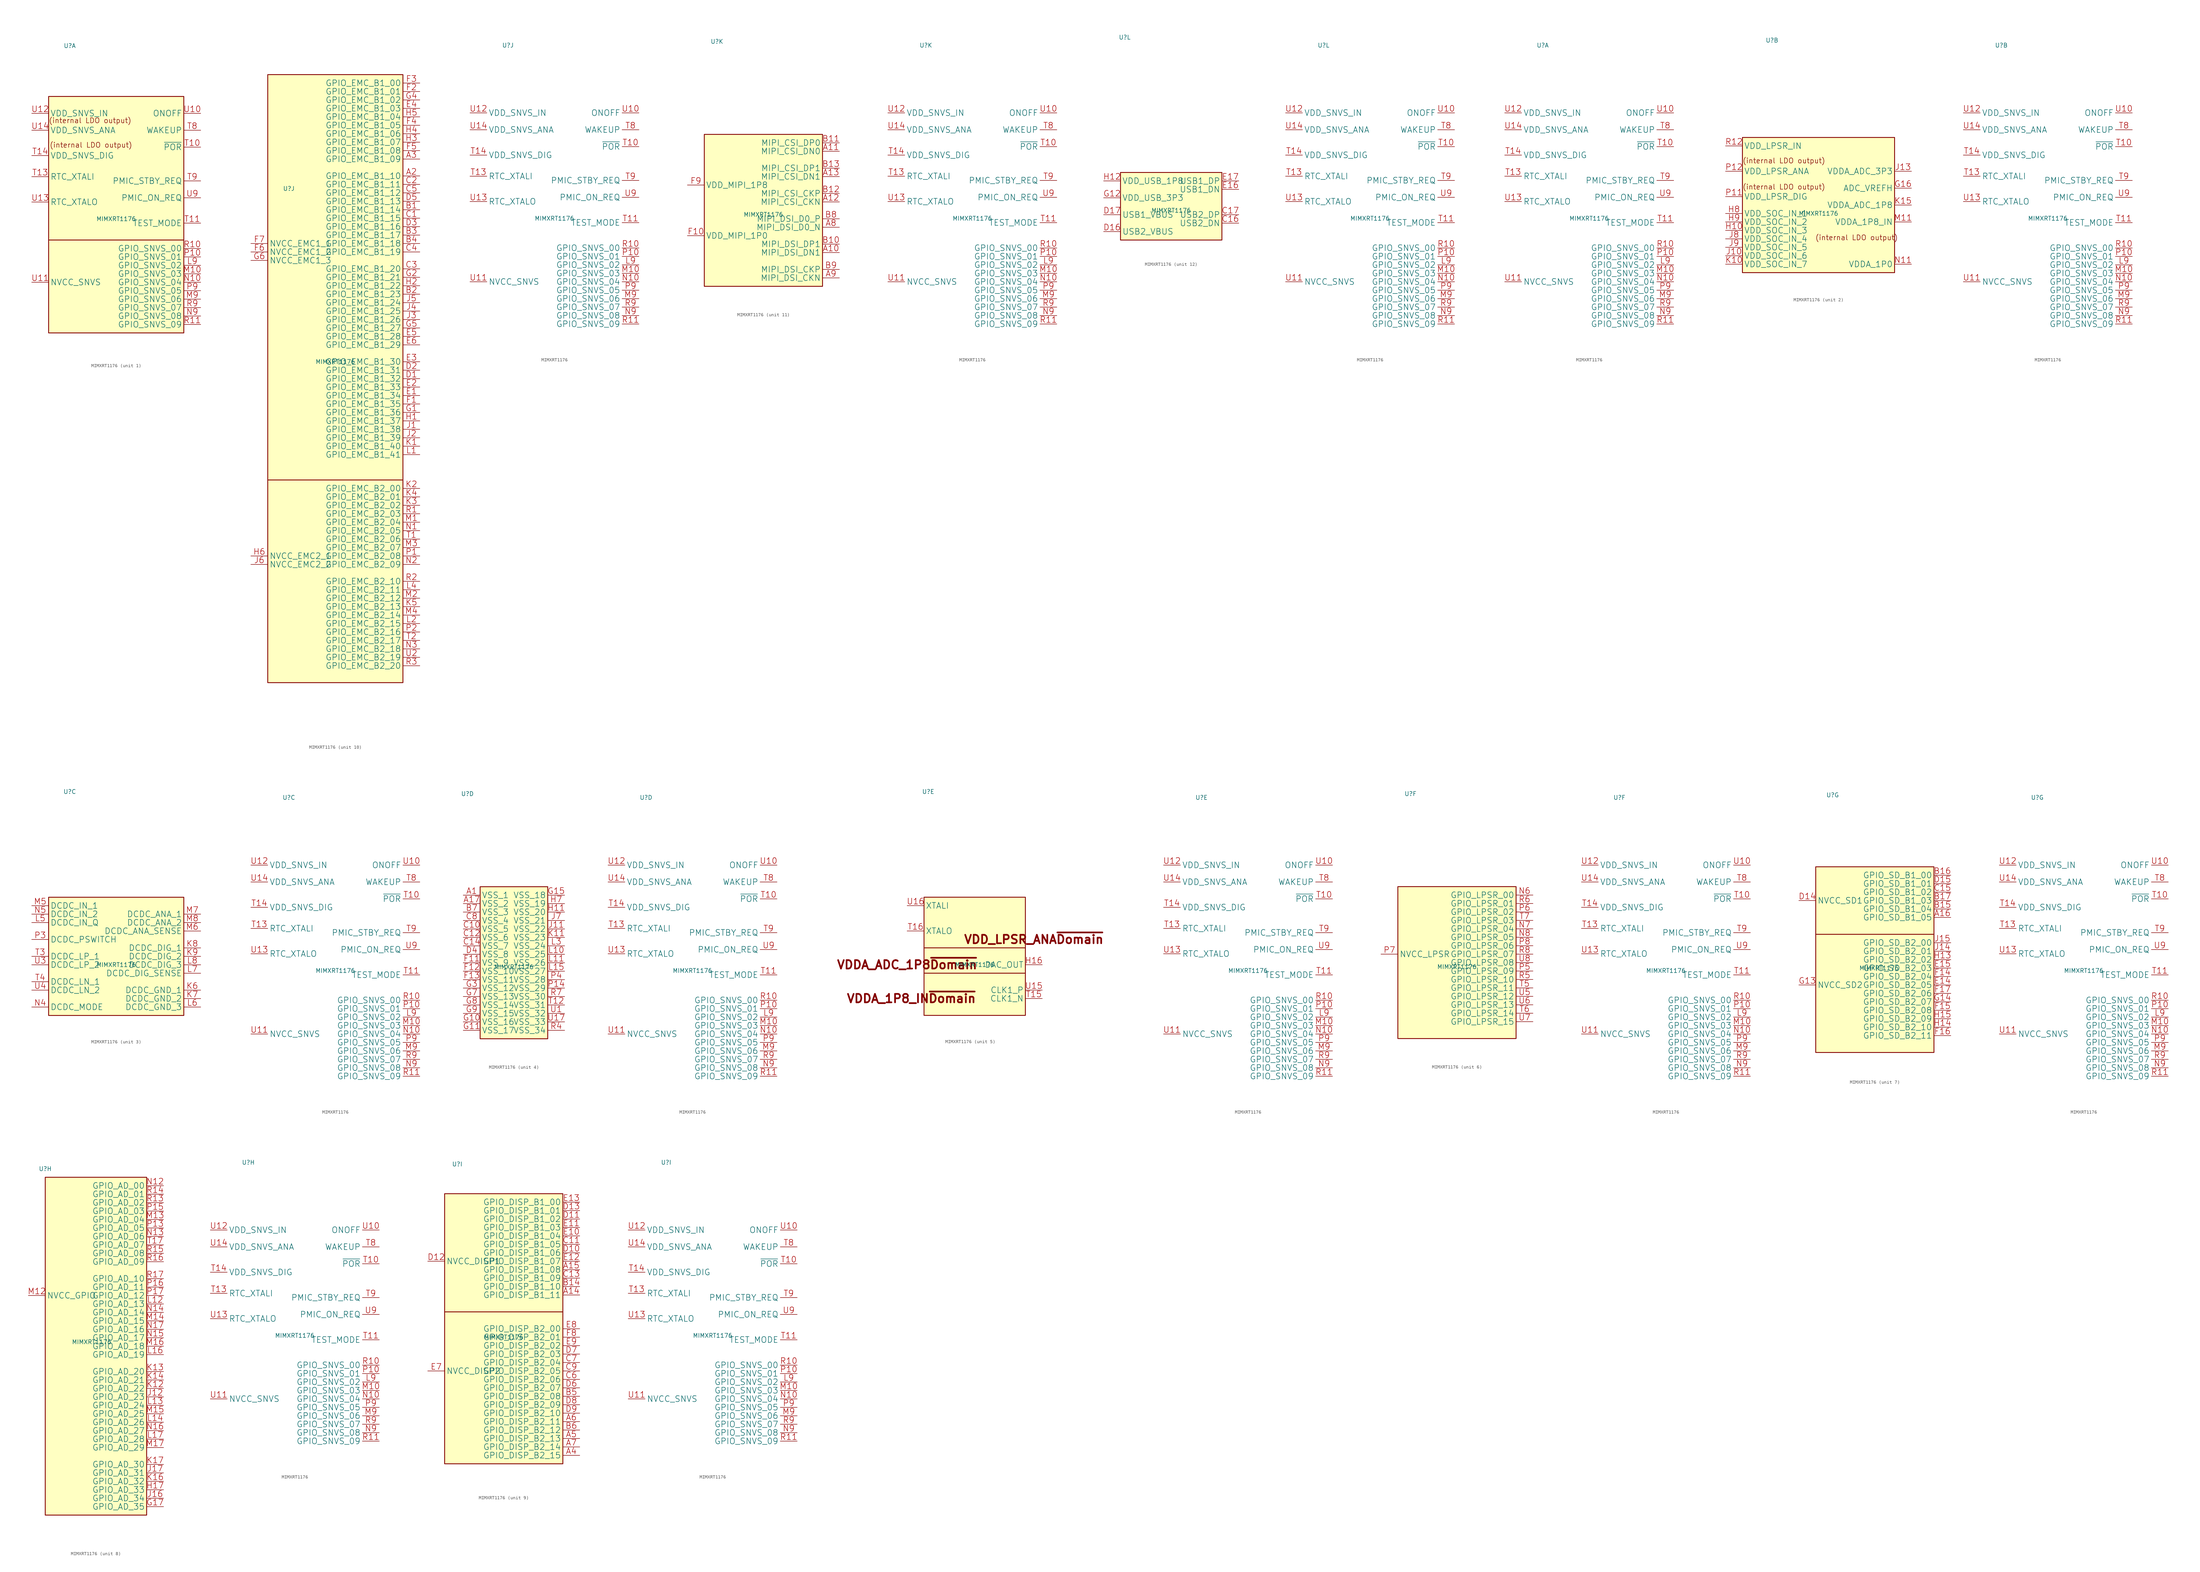
<source format=kicad_sym>
(kicad_symbol_lib
  (version 20231120)
  (generator "kicad_symbol_editor")
  (generator_version "8.0")
  (symbol "MIMXRT1176"
    (property "Reference" "U"
      (at -13.97 50.8 0)
      (effects (font (size 1.27 1.27))))
    (property "Value" "MIMXRT1176"
      (at 0 -1.27 0)
      (effects (font (size 1.27 1.27))))
    (property "ki_locked" ""
      (at 0 0 0)
      (effects (font (size 1.27 1.27))))
    (symbol "MIMXRT1176_0_2"
      (pin bidirectional line (at 25.4 -15.24 180) (length 5.08) (name "GPIO_SNVS_02" (effects (font (size 1.778 1.778)))) (number "L9" (effects (font (size 1.778 1.778)))))
      (pin bidirectional line (at 25.4 -17.78 180) (length 5.08) (name "GPIO_SNVS_03" (effects (font (size 1.778 1.778)))) (number "M10" (effects (font (size 1.778 1.778)))))
      (pin bidirectional line (at 25.4 -25.4 180) (length 5.08) (name "GPIO_SNVS_06" (effects (font (size 1.778 1.778)))) (number "M9" (effects (font (size 1.778 1.778)))))
      (pin bidirectional line (at 25.4 -20.32 180) (length 5.08) (name "GPIO_SNVS_04" (effects (font (size 1.778 1.778)))) (number "N10" (effects (font (size 1.778 1.778)))))
      (pin bidirectional line (at 25.4 -30.48 180) (length 5.08) (name "GPIO_SNVS_08" (effects (font (size 1.778 1.778)))) (number "N9" (effects (font (size 1.778 1.778)))))
      (pin bidirectional line (at 25.4 -12.7 180) (length 5.08) (name "GPIO_SNVS_01" (effects (font (size 1.778 1.778)))) (number "P10" (effects (font (size 1.778 1.778)))))
      (pin bidirectional line (at 25.4 -22.86 180) (length 5.08) (name "GPIO_SNVS_05" (effects (font (size 1.778 1.778)))) (number "P9" (effects (font (size 1.778 1.778)))))
      (pin bidirectional line (at 25.4 -10.16 180) (length 5.08) (name "GPIO_SNVS_00" (effects (font (size 1.778 1.778)))) (number "R10" (effects (font (size 1.778 1.778)))))
      (pin bidirectional line (at 25.4 -33.02 180) (length 5.08) (name "GPIO_SNVS_09" (effects (font (size 1.778 1.778)))) (number "R11" (effects (font (size 1.778 1.778)))))
      (pin bidirectional line (at 25.4 -27.94 180) (length 5.08) (name "GPIO_SNVS_07" (effects (font (size 1.778 1.778)))) (number "R9" (effects (font (size 1.778 1.778)))))
      (pin input line (at 25.4 20.32 180) (length 5.08) (name "~{POR}" (effects (font (size 1.778 1.778)))) (number "T10" (effects (font (size 1.778 1.778)))))
      (pin input line (at 25.4 -2.54 180) (length 5.08) (name "TEST_MODE" (effects (font (size 1.778 1.778)))) (number "T11" (effects (font (size 1.778 1.778)))))
      (pin input line (at -25.4 11.43 0) (length 5.08) (name "RTC_XTALI" (effects (font (size 1.778 1.778)))) (number "T13" (effects (font (size 1.778 1.778)))))
      (pin power_in line (at -25.4 17.78 0) (length 5.08) (name "VDD_SNVS_DIG" (effects (font (size 1.778 1.778)))) (number "T14" (effects (font (size 1.778 1.778)))))
      (pin passive line (at 25.4 25.4 180) (length 5.08) (name "WAKEUP" (effects (font (size 1.778 1.778)))) (number "T8" (effects (font (size 1.778 1.778)))))
      (pin passive line (at 25.4 10.16 180) (length 5.08) (name "PMIC_STBY_REQ" (effects (font (size 1.778 1.778)))) (number "T9" (effects (font (size 1.778 1.778)))))
      (pin input line (at 25.4 30.48 180) (length 5.08) (name "ONOFF" (effects (font (size 1.778 1.778)))) (number "U10" (effects (font (size 1.778 1.778)))))
      (pin passive line (at -25.4 -20.32 0) (length 5.08) (name "NVCC_SNVS" (effects (font (size 1.778 1.778)))) (number "U11" (effects (font (size 1.778 1.778)))))
      (pin power_in line (at -25.4 30.48 0) (length 5.08) (name "VDD_SNVS_IN" (effects (font (size 1.778 1.778)))) (number "U12" (effects (font (size 1.778 1.778)))))
      (pin output line (at -25.4 3.81 0) (length 5.08) (name "RTC_XTALO" (effects (font (size 1.778 1.778)))) (number "U13" (effects (font (size 1.778 1.778)))))
      (pin power_in line (at -25.4 25.4 0) (length 5.08) (name "VDD_SNVS_ANA" (effects (font (size 1.778 1.778)))) (number "U14" (effects (font (size 1.778 1.778)))))
      (pin passive line (at 25.4 5.08 180) (length 5.08) (name "PMIC_ON_REQ" (effects (font (size 1.778 1.778)))) (number "U9" (effects (font (size 1.778 1.778))))))
    (symbol "MIMXRT1176_1_1"
      (rectangle (start -20.32 35.56) (end 20.32 -35.56) (stroke (width 0.254) (type solid)) (fill (type background)))
      (polyline (pts (xy -20.32 -7.62) (xy 20.32 -7.62)) (stroke (width 0.254) (type solid)) (fill (type none)))
      (text "(internal LDO output)" (at -20.32 27.432 0) (effects (font (size 1.524 1.524)) (justify left bottom)))
      (text "(internal LDO output)" (at -20.066 20.066 0) (effects (font (size 1.524 1.524)) (justify left bottom)))
      (pin bidirectional line (at 25.4 -15.24 180) (length 5.08) (name "GPIO_SNVS_02" (effects (font (size 1.778 1.778)))) (number "L9" (effects (font (size 1.778 1.778)))))
      (pin bidirectional line (at 25.4 -17.78 180) (length 5.08) (name "GPIO_SNVS_03" (effects (font (size 1.778 1.778)))) (number "M10" (effects (font (size 1.778 1.778)))))
      (pin bidirectional line (at 25.4 -25.4 180) (length 5.08) (name "GPIO_SNVS_06" (effects (font (size 1.778 1.778)))) (number "M9" (effects (font (size 1.778 1.778)))))
      (pin bidirectional line (at 25.4 -20.32 180) (length 5.08) (name "GPIO_SNVS_04" (effects (font (size 1.778 1.778)))) (number "N10" (effects (font (size 1.778 1.778)))))
      (pin bidirectional line (at 25.4 -30.48 180) (length 5.08) (name "GPIO_SNVS_08" (effects (font (size 1.778 1.778)))) (number "N9" (effects (font (size 1.778 1.778)))))
      (pin bidirectional line (at 25.4 -12.7 180) (length 5.08) (name "GPIO_SNVS_01" (effects (font (size 1.778 1.778)))) (number "P10" (effects (font (size 1.778 1.778)))))
      (pin bidirectional line (at 25.4 -22.86 180) (length 5.08) (name "GPIO_SNVS_05" (effects (font (size 1.778 1.778)))) (number "P9" (effects (font (size 1.778 1.778)))))
      (pin bidirectional line (at 25.4 -10.16 180) (length 5.08) (name "GPIO_SNVS_00" (effects (font (size 1.778 1.778)))) (number "R10" (effects (font (size 1.778 1.778)))))
      (pin bidirectional line (at 25.4 -33.02 180) (length 5.08) (name "GPIO_SNVS_09" (effects (font (size 1.778 1.778)))) (number "R11" (effects (font (size 1.778 1.778)))))
      (pin bidirectional line (at 25.4 -27.94 180) (length 5.08) (name "GPIO_SNVS_07" (effects (font (size 1.778 1.778)))) (number "R9" (effects (font (size 1.778 1.778)))))
      (pin input line (at 25.4 20.32 180) (length 5.08) (name "~{POR}" (effects (font (size 1.778 1.778)))) (number "T10" (effects (font (size 1.778 1.778)))))
      (pin input line (at 25.4 -2.54 180) (length 5.08) (name "TEST_MODE" (effects (font (size 1.778 1.778)))) (number "T11" (effects (font (size 1.778 1.778)))))
      (pin input line (at -25.4 11.43 0) (length 5.08) (name "RTC_XTALI" (effects (font (size 1.778 1.778)))) (number "T13" (effects (font (size 1.778 1.778)))))
      (pin power_in line (at -25.4 17.78 0) (length 5.08) (name "VDD_SNVS_DIG" (effects (font (size 1.778 1.778)))) (number "T14" (effects (font (size 1.778 1.778)))))
      (pin passive line (at 25.4 25.4 180) (length 5.08) (name "WAKEUP" (effects (font (size 1.778 1.778)))) (number "T8" (effects (font (size 1.778 1.778)))))
      (pin passive line (at 25.4 10.16 180) (length 5.08) (name "PMIC_STBY_REQ" (effects (font (size 1.778 1.778)))) (number "T9" (effects (font (size 1.778 1.778)))))
      (pin input line (at 25.4 30.48 180) (length 5.08) (name "ONOFF" (effects (font (size 1.778 1.778)))) (number "U10" (effects (font (size 1.778 1.778)))))
      (pin passive line (at -25.4 -20.32 0) (length 5.08) (name "NVCC_SNVS" (effects (font (size 1.778 1.778)))) (number "U11" (effects (font (size 1.778 1.778)))))
      (pin power_in line (at -25.4 30.48 0) (length 5.08) (name "VDD_SNVS_IN" (effects (font (size 1.778 1.778)))) (number "U12" (effects (font (size 1.778 1.778)))))
      (pin output line (at -25.4 3.81 0) (length 5.08) (name "RTC_XTALO" (effects (font (size 1.778 1.778)))) (number "U13" (effects (font (size 1.778 1.778)))))
      (pin power_in line (at -25.4 25.4 0) (length 5.08) (name "VDD_SNVS_ANA" (effects (font (size 1.778 1.778)))) (number "U14" (effects (font (size 1.778 1.778)))))
      (pin passive line (at 25.4 5.08 180) (length 5.08) (name "PMIC_ON_REQ" (effects (font (size 1.778 1.778)))) (number "U9" (effects (font (size 1.778 1.778))))))
    (symbol "MIMXRT1176_2_1"
      (rectangle (start -22.86 21.59) (end 22.86 -19.05) (stroke (width 0.254) (type solid)) (fill (type background)))
      (text "(internal LDO output)" (at -22.86 5.842 0) (effects (font (size 1.524 1.524)) (justify left bottom)))
      (text "(internal LDO output)" (at -22.86 13.716 0) (effects (font (size 1.524 1.524)) (justify left bottom)))
      (text "(internal LDO output)" (at -1.016 -9.398 0) (effects (font (size 1.524 1.524)) (justify left bottom)))
      (pin passive line (at 27.94 6.35 180) (length 5.08) (name "ADC_VREFH" (effects (font (size 1.778 1.778)))) (number "G16" (effects (font (size 1.778 1.778)))))
      (pin passive line (at -27.94 -6.35 0) (length 5.08) (name "VDD_SOC_IN_3" (effects (font (size 1.778 1.778)))) (number "H10" (effects (font (size 1.778 1.778)))))
      (pin passive line (at -27.94 -1.27 0) (length 5.08) (name "VDD_SOC_IN_1" (effects (font (size 1.778 1.778)))) (number "H8" (effects (font (size 1.778 1.778)))))
      (pin passive line (at -27.94 -3.81 0) (length 5.08) (name "VDD_SOC_IN_2" (effects (font (size 1.778 1.778)))) (number "H9" (effects (font (size 1.778 1.778)))))
      (pin passive line (at -27.94 -13.97 0) (length 5.08) (name "VDD_SOC_IN_6" (effects (font (size 1.778 1.778)))) (number "J10" (effects (font (size 1.778 1.778)))))
      (pin power_in line (at 27.94 11.43 180) (length 5.08) (name "VDDA_ADC_3P3" (effects (font (size 1.778 1.778)))) (number "J13" (effects (font (size 1.778 1.778)))))
      (pin passive line (at -27.94 -8.89 0) (length 5.08) (name "VDD_SOC_IN_4" (effects (font (size 1.778 1.778)))) (number "J8" (effects (font (size 1.778 1.778)))))
      (pin passive line (at -27.94 -11.43 0) (length 5.08) (name "VDD_SOC_IN_5" (effects (font (size 1.778 1.778)))) (number "J9" (effects (font (size 1.778 1.778)))))
      (pin passive line (at -27.94 -16.51 0) (length 5.08) (name "VDD_SOC_IN_7" (effects (font (size 1.778 1.778)))) (number "K10" (effects (font (size 1.778 1.778)))))
      (pin power_in line (at 27.94 1.27 180) (length 5.08) (name "VDDA_ADC_1P8" (effects (font (size 1.778 1.778)))) (number "K15" (effects (font (size 1.778 1.778)))))
      (pin power_in line (at 27.94 -3.81 180) (length 5.08) (name "VDDA_1P8_IN" (effects (font (size 1.778 1.778)))) (number "M11" (effects (font (size 1.778 1.778)))))
      (pin power_in line (at 27.94 -16.51 180) (length 5.08) (name "VDDA_1P0" (effects (font (size 1.778 1.778)))) (number "N11" (effects (font (size 1.778 1.778)))))
      (pin power_in line (at -27.94 3.81 0) (length 5.08) (name "VDD_LPSR_DIG" (effects (font (size 1.778 1.778)))) (number "P11" (effects (font (size 1.778 1.778)))))
      (pin power_in line (at -27.94 11.43 0) (length 5.08) (name "VDD_LPSR_ANA" (effects (font (size 1.778 1.778)))) (number "P12" (effects (font (size 1.778 1.778)))))
      (pin power_in line (at -27.94 19.05 0) (length 5.08) (name "VDD_LPSR_IN" (effects (font (size 1.778 1.778)))) (number "R12" (effects (font (size 1.778 1.778))))))
    (symbol "MIMXRT1176_3_1"
      (rectangle (start -20.32 19.05) (end 20.32 -16.51) (stroke (width 0.254) (type solid)) (fill (type background)))
      (pin power_in line (at 25.4 -8.89 180) (length 5.08) (name "DCDC_GND_1" (effects (font (size 1.778 1.778)))) (number "K6" (effects (font (size 1.778 1.778)))))
      (pin power_in line (at 25.4 -11.43 180) (length 5.08) (name "DCDC_GND_2" (effects (font (size 1.778 1.778)))) (number "K7" (effects (font (size 1.778 1.778)))))
      (pin passive line (at 25.4 3.81 180) (length 5.08) (name "DCDC_DIG_1" (effects (font (size 1.778 1.778)))) (number "K8" (effects (font (size 1.778 1.778)))))
      (pin passive line (at 25.4 1.27 180) (length 5.08) (name "DCDC_DIG_2" (effects (font (size 1.778 1.778)))) (number "K9" (effects (font (size 1.778 1.778)))))
      (pin passive line (at -25.4 11.43 0) (length 5.08) (name "DCDC_IN_Q" (effects (font (size 1.778 1.778)))) (number "L5" (effects (font (size 1.778 1.778)))))
      (pin power_in line (at 25.4 -13.97 180) (length 5.08) (name "DCDC_GND_3" (effects (font (size 1.778 1.778)))) (number "L6" (effects (font (size 1.778 1.778)))))
      (pin passive line (at 25.4 -3.81 180) (length 5.08) (name "DCDC_DIG_SENSE" (effects (font (size 1.778 1.778)))) (number "L7" (effects (font (size 1.778 1.778)))))
      (pin passive line (at 25.4 -1.27 180) (length 5.08) (name "DCDC_DIG_3" (effects (font (size 1.778 1.778)))) (number "L8" (effects (font (size 1.778 1.778)))))
      (pin passive line (at -25.4 16.51 0) (length 5.08) (name "DCDC_IN_1" (effects (font (size 1.778 1.778)))) (number "M5" (effects (font (size 1.778 1.778)))))
      (pin passive line (at 25.4 8.89 180) (length 5.08) (name "DCDC_ANA_SENSE" (effects (font (size 1.778 1.778)))) (number "M6" (effects (font (size 1.778 1.778)))))
      (pin passive line (at 25.4 13.97 180) (length 5.08) (name "DCDC_ANA_1" (effects (font (size 1.778 1.778)))) (number "M7" (effects (font (size 1.778 1.778)))))
      (pin passive line (at 25.4 11.43 180) (length 5.08) (name "DCDC_ANA_2" (effects (font (size 1.778 1.778)))) (number "M8" (effects (font (size 1.778 1.778)))))
      (pin passive line (at -25.4 -13.97 0) (length 5.08) (name "DCDC_MODE" (effects (font (size 1.778 1.778)))) (number "N4" (effects (font (size 1.778 1.778)))))
      (pin passive line (at -25.4 13.97 0) (length 5.08) (name "DCDC_IN_2" (effects (font (size 1.778 1.778)))) (number "N5" (effects (font (size 1.778 1.778)))))
      (pin passive line (at -25.4 6.35 0) (length 5.08) (name "DCDC_PSWITCH" (effects (font (size 1.778 1.778)))) (number "P3" (effects (font (size 1.778 1.778)))))
      (pin passive line (at -25.4 1.27 0) (length 5.08) (name "DCDC_LP_1" (effects (font (size 1.778 1.778)))) (number "T3" (effects (font (size 1.778 1.778)))))
      (pin passive line (at -25.4 -6.35 0) (length 5.08) (name "DCDC_LN_1" (effects (font (size 1.778 1.778)))) (number "T4" (effects (font (size 1.778 1.778)))))
      (pin passive line (at -25.4 -1.27 0) (length 5.08) (name "DCDC_LP_2" (effects (font (size 1.778 1.778)))) (number "U3" (effects (font (size 1.778 1.778)))))
      (pin passive line (at -25.4 -8.89 0) (length 5.08) (name "DCDC_LN_2" (effects (font (size 1.778 1.778)))) (number "U4" (effects (font (size 1.778 1.778))))))
    (symbol "MIMXRT1176_4_1"
      (rectangle (start -10.16 22.86) (end 10.16 -22.86) (stroke (width 0.254) (type solid)) (fill (type background)))
      (pin power_in line (at -15.24 20.32 0) (length 5.08) (name "VSS_1" (effects (font (size 1.778 1.778)))) (number "A1" (effects (font (size 1.778 1.778)))))
      (pin power_in line (at -15.24 17.78 0) (length 5.08) (name "VSS_2" (effects (font (size 1.778 1.778)))) (number "A17" (effects (font (size 1.778 1.778)))))
      (pin power_in line (at -15.24 15.24 0) (length 5.08) (name "VSS_3" (effects (font (size 1.778 1.778)))) (number "B7" (effects (font (size 1.778 1.778)))))
      (pin power_in line (at -15.24 10.16 0) (length 5.08) (name "VSS_5" (effects (font (size 1.778 1.778)))) (number "C10" (effects (font (size 1.778 1.778)))))
      (pin power_in line (at -15.24 7.62 0) (length 5.08) (name "VSS_6" (effects (font (size 1.778 1.778)))) (number "C12" (effects (font (size 1.778 1.778)))))
      (pin power_in line (at -15.24 5.08 0) (length 5.08) (name "VSS_7" (effects (font (size 1.778 1.778)))) (number "C14" (effects (font (size 1.778 1.778)))))
      (pin power_in line (at -15.24 12.7 0) (length 5.08) (name "VSS_4" (effects (font (size 1.778 1.778)))) (number "C8" (effects (font (size 1.778 1.778)))))
      (pin power_in line (at -15.24 2.54 0) (length 5.08) (name "VSS_8" (effects (font (size 1.778 1.778)))) (number "D4" (effects (font (size 1.778 1.778)))))
      (pin power_in line (at -15.24 0 0) (length 5.08) (name "VSS_9" (effects (font (size 1.778 1.778)))) (number "F11" (effects (font (size 1.778 1.778)))))
      (pin power_in line (at -15.24 -2.54 0) (length 5.08) (name "VSS_10" (effects (font (size 1.778 1.778)))) (number "F12" (effects (font (size 1.778 1.778)))))
      (pin power_in line (at -15.24 -5.08 0) (length 5.08) (name "VSS_11" (effects (font (size 1.778 1.778)))) (number "F13" (effects (font (size 1.778 1.778)))))
      (pin power_in line (at -15.24 -17.78 0) (length 5.08) (name "VSS_16" (effects (font (size 1.778 1.778)))) (number "G10" (effects (font (size 1.778 1.778)))))
      (pin power_in line (at -15.24 -20.32 0) (length 5.08) (name "VSS_17" (effects (font (size 1.778 1.778)))) (number "G11" (effects (font (size 1.778 1.778)))))
      (pin power_in line (at 15.24 20.32 180) (length 5.08) (name "VSS_18" (effects (font (size 1.778 1.778)))) (number "G15" (effects (font (size 1.778 1.778)))))
      (pin power_in line (at -15.24 -7.62 0) (length 5.08) (name "VSS_12" (effects (font (size 1.778 1.778)))) (number "G3" (effects (font (size 1.778 1.778)))))
      (pin power_in line (at -15.24 -10.16 0) (length 5.08) (name "VSS_13" (effects (font (size 1.778 1.778)))) (number "G7" (effects (font (size 1.778 1.778)))))
      (pin power_in line (at -15.24 -12.7 0) (length 5.08) (name "VSS_14" (effects (font (size 1.778 1.778)))) (number "G8" (effects (font (size 1.778 1.778)))))
      (pin power_in line (at -15.24 -15.24 0) (length 5.08) (name "VSS_15" (effects (font (size 1.778 1.778)))) (number "G9" (effects (font (size 1.778 1.778)))))
      (pin power_in line (at 15.24 15.24 180) (length 5.08) (name "VSS_20" (effects (font (size 1.778 1.778)))) (number "H11" (effects (font (size 1.778 1.778)))))
      (pin power_in line (at 15.24 17.78 180) (length 5.08) (name "VSS_19" (effects (font (size 1.778 1.778)))) (number "H7" (effects (font (size 1.778 1.778)))))
      (pin power_in line (at 15.24 10.16 180) (length 5.08) (name "VSS_22" (effects (font (size 1.778 1.778)))) (number "J11" (effects (font (size 1.778 1.778)))))
      (pin power_in line (at 15.24 12.7 180) (length 5.08) (name "VSS_21" (effects (font (size 1.778 1.778)))) (number "J7" (effects (font (size 1.778 1.778)))))
      (pin power_in line (at 15.24 7.62 180) (length 5.08) (name "VSS_23" (effects (font (size 1.778 1.778)))) (number "K11" (effects (font (size 1.778 1.778)))))
      (pin power_in line (at 15.24 2.54 180) (length 5.08) (name "VSS_25" (effects (font (size 1.778 1.778)))) (number "L10" (effects (font (size 1.778 1.778)))))
      (pin power_in line (at 15.24 0 180) (length 5.08) (name "VSS_26" (effects (font (size 1.778 1.778)))) (number "L11" (effects (font (size 1.778 1.778)))))
      (pin power_in line (at 15.24 -2.54 180) (length 5.08) (name "VSS_27" (effects (font (size 1.778 1.778)))) (number "L15" (effects (font (size 1.778 1.778)))))
      (pin power_in line (at 15.24 5.08 180) (length 5.08) (name "VSS_24" (effects (font (size 1.778 1.778)))) (number "L3" (effects (font (size 1.778 1.778)))))
      (pin power_in line (at 15.24 -7.62 180) (length 5.08) (name "VSS_29" (effects (font (size 1.778 1.778)))) (number "P14" (effects (font (size 1.778 1.778)))))
      (pin power_in line (at 15.24 -5.08 180) (length 5.08) (name "VSS_28" (effects (font (size 1.778 1.778)))) (number "P4" (effects (font (size 1.778 1.778)))))
      (pin power_in line (at 15.24 -20.32 180) (length 5.08) (name "VSS_34" (effects (font (size 1.778 1.778)))) (number "R4" (effects (font (size 1.778 1.778)))))
      (pin power_in line (at 15.24 -10.16 180) (length 5.08) (name "VSS_30" (effects (font (size 1.778 1.778)))) (number "R7" (effects (font (size 1.778 1.778)))))
      (pin power_in line (at 15.24 -12.7 180) (length 5.08) (name "VSS_31" (effects (font (size 1.778 1.778)))) (number "T12" (effects (font (size 1.778 1.778)))))
      (pin power_in line (at 15.24 -15.24 180) (length 5.08) (name "VSS_32" (effects (font (size 1.778 1.778)))) (number "U1" (effects (font (size 1.778 1.778)))))
      (pin power_in line (at 15.24 -17.78 180) (length 5.08) (name "VSS_33" (effects (font (size 1.778 1.778)))) (number "U17" (effects (font (size 1.778 1.778))))))
    (symbol "MIMXRT1176_5_1"
      (rectangle (start -15.24 19.05) (end 15.24 -16.51) (stroke (width 0.254) (type solid)) (fill (type background)))
      (polyline (pts (xy -15.24 -3.81) (xy 15.24 -3.81)) (stroke (width 0.254) (type solid)) (fill (type none)))
      (polyline (pts (xy -15.24 3.81) (xy 15.24 3.81)) (stroke (width 0.254) (type solid)) (fill (type none)))
      (text "VDD_LPSR_ANA~{Domain}" (at 17.78 6.35 0) (effects (font (size 2.54 2.54) (bold yes))))
      (text "VDDA_1P8_IN~{Domain}" (at -19.05 -11.43 0) (effects (font (size 2.54 2.54) (bold yes))))
      (text "VDDA_ADC_1P8~{Domain}" (at -20.32 -1.27 0) (effects (font (size 2.54 2.54) (bold yes))))
      (pin passive line (at 20.32 -1.27 180) (length 5.08) (name "DAC_OUT" (effects (font (size 1.778 1.778)))) (number "H16" (effects (font (size 1.778 1.778)))))
      (pin passive line (at 20.32 -11.43 180) (length 5.08) (name "CLK1_N" (effects (font (size 1.778 1.778)))) (number "T15" (effects (font (size 1.778 1.778)))))
      (pin output line (at -20.32 8.89 0) (length 5.08) (name "XTALO" (effects (font (size 1.778 1.778)))) (number "T16" (effects (font (size 1.778 1.778)))))
      (pin passive line (at 20.32 -8.89 180) (length 5.08) (name "CLK1_P" (effects (font (size 1.778 1.778)))) (number "U15" (effects (font (size 1.778 1.778)))))
      (pin input line (at -20.32 16.51 0) (length 5.08) (name "XTALI" (effects (font (size 1.778 1.778)))) (number "U16" (effects (font (size 1.778 1.778))))))
    (symbol "MIMXRT1176_6_1"
      (rectangle (start -17.78 22.86) (end 17.78 -22.86) (stroke (width 0.254) (type solid)) (fill (type background)))
      (pin bidirectional line (at 22.86 20.32 180) (length 5.08) (name "GPIO_LPSR_00" (effects (font (size 1.778 1.778)))) (number "N6" (effects (font (size 1.778 1.778)))))
      (pin bidirectional line (at 22.86 10.16 180) (length 5.08) (name "GPIO_LPSR_04" (effects (font (size 1.778 1.778)))) (number "N7" (effects (font (size 1.778 1.778)))))
      (pin bidirectional line (at 22.86 7.62 180) (length 5.08) (name "GPIO_LPSR_05" (effects (font (size 1.778 1.778)))) (number "N8" (effects (font (size 1.778 1.778)))))
      (pin bidirectional line (at 22.86 -2.54 180) (length 5.08) (name "GPIO_LPSR_09" (effects (font (size 1.778 1.778)))) (number "P5" (effects (font (size 1.778 1.778)))))
      (pin bidirectional line (at 22.86 15.24 180) (length 5.08) (name "GPIO_LPSR_02" (effects (font (size 1.778 1.778)))) (number "P6" (effects (font (size 1.778 1.778)))))
      (pin passive line (at -22.86 2.54 0) (length 5.08) (name "NVCC_LPSR" (effects (font (size 1.778 1.778)))) (number "P7" (effects (font (size 1.778 1.778)))))
      (pin bidirectional line (at 22.86 5.08 180) (length 5.08) (name "GPIO_LPSR_06" (effects (font (size 1.778 1.778)))) (number "P8" (effects (font (size 1.778 1.778)))))
      (pin bidirectional line (at 22.86 -5.08 180) (length 5.08) (name "GPIO_LPSR_10" (effects (font (size 1.778 1.778)))) (number "R5" (effects (font (size 1.778 1.778)))))
      (pin bidirectional line (at 22.86 17.78 180) (length 5.08) (name "GPIO_LPSR_01" (effects (font (size 1.778 1.778)))) (number "R6" (effects (font (size 1.778 1.778)))))
      (pin bidirectional line (at 22.86 2.54 180) (length 5.08) (name "GPIO_LPSR_07" (effects (font (size 1.778 1.778)))) (number "R8" (effects (font (size 1.778 1.778)))))
      (pin bidirectional line (at 22.86 -7.62 180) (length 5.08) (name "GPIO_LPSR_11" (effects (font (size 1.778 1.778)))) (number "T5" (effects (font (size 1.778 1.778)))))
      (pin bidirectional line (at 22.86 -15.24 180) (length 5.08) (name "GPIO_LPSR_14" (effects (font (size 1.778 1.778)))) (number "T6" (effects (font (size 1.778 1.778)))))
      (pin bidirectional line (at 22.86 12.7 180) (length 5.08) (name "GPIO_LPSR_03" (effects (font (size 1.778 1.778)))) (number "T7" (effects (font (size 1.778 1.778)))))
      (pin bidirectional line (at 22.86 -10.16 180) (length 5.08) (name "GPIO_LPSR_12" (effects (font (size 1.778 1.778)))) (number "U5" (effects (font (size 1.778 1.778)))))
      (pin bidirectional line (at 22.86 -12.7 180) (length 5.08) (name "GPIO_LPSR_13" (effects (font (size 1.778 1.778)))) (number "U6" (effects (font (size 1.778 1.778)))))
      (pin bidirectional line (at 22.86 -17.78 180) (length 5.08) (name "GPIO_LPSR_15" (effects (font (size 1.778 1.778)))) (number "U7" (effects (font (size 1.778 1.778)))))
      (pin bidirectional line (at 22.86 0 180) (length 5.08) (name "GPIO_LPSR_08" (effects (font (size 1.778 1.778)))) (number "U8" (effects (font (size 1.778 1.778))))))
    (symbol "MIMXRT1176_7_1"
      (rectangle (start -19.05 29.21) (end 16.51 -26.67) (stroke (width 0.254) (type solid)) (fill (type background)))
      (polyline (pts (xy -19.05 8.89) (xy 16.51 8.89)) (stroke (width 0.254) (type solid)) (fill (type none)))
      (pin bidirectional line (at 21.59 13.97 180) (length 5.08) (name "GPIO_SD_B1_05" (effects (font (size 1.778 1.778)))) (number "A16" (effects (font (size 1.778 1.778)))))
      (pin bidirectional line (at 21.59 16.51 180) (length 5.08) (name "GPIO_SD_B1_04" (effects (font (size 1.778 1.778)))) (number "B15" (effects (font (size 1.778 1.778)))))
      (pin bidirectional line (at 21.59 26.67 180) (length 5.08) (name "GPIO_SD_B1_00" (effects (font (size 1.778 1.778)))) (number "B16" (effects (font (size 1.778 1.778)))))
      (pin bidirectional line (at 21.59 19.05 180) (length 5.08) (name "GPIO_SD_B1_03" (effects (font (size 1.778 1.778)))) (number "B17" (effects (font (size 1.778 1.778)))))
      (pin bidirectional line (at 21.59 21.59 180) (length 5.08) (name "GPIO_SD_B1_02" (effects (font (size 1.778 1.778)))) (number "C15" (effects (font (size 1.778 1.778)))))
      (pin power_in line (at -24.13 19.05 0) (length 5.08) (name "NVCC_SD1" (effects (font (size 1.778 1.778)))) (number "D14" (effects (font (size 1.778 1.778)))))
      (pin bidirectional line (at 21.59 24.13 180) (length 5.08) (name "GPIO_SD_B1_01" (effects (font (size 1.778 1.778)))) (number "D15" (effects (font (size 1.778 1.778)))))
      (pin bidirectional line (at 21.59 -6.35 180) (length 5.08) (name "GPIO_SD_B2_05" (effects (font (size 1.778 1.778)))) (number "E14" (effects (font (size 1.778 1.778)))))
      (pin bidirectional line (at 21.59 -1.27 180) (length 5.08) (name "GPIO_SD_B2_03" (effects (font (size 1.778 1.778)))) (number "E15" (effects (font (size 1.778 1.778)))))
      (pin bidirectional line (at 21.59 -3.81 180) (length 5.08) (name "GPIO_SD_B2_04" (effects (font (size 1.778 1.778)))) (number "F14" (effects (font (size 1.778 1.778)))))
      (pin bidirectional line (at 21.59 -13.97 180) (length 5.08) (name "GPIO_SD_B2_08" (effects (font (size 1.778 1.778)))) (number "F15" (effects (font (size 1.778 1.778)))))
      (pin bidirectional line (at 21.59 -21.59 180) (length 5.08) (name "GPIO_SD_B2_11" (effects (font (size 1.778 1.778)))) (number "F16" (effects (font (size 1.778 1.778)))))
      (pin bidirectional line (at 21.59 -8.89 180) (length 5.08) (name "GPIO_SD_B2_06" (effects (font (size 1.778 1.778)))) (number "F17" (effects (font (size 1.778 1.778)))))
      (pin power_in line (at -24.13 -6.35 0) (length 5.08) (name "NVCC_SD2" (effects (font (size 1.778 1.778)))) (number "G13" (effects (font (size 1.778 1.778)))))
      (pin bidirectional line (at 21.59 -11.43 180) (length 5.08) (name "GPIO_SD_B2_07" (effects (font (size 1.778 1.778)))) (number "G14" (effects (font (size 1.778 1.778)))))
      (pin bidirectional line (at 21.59 1.27 180) (length 5.08) (name "GPIO_SD_B2_02" (effects (font (size 1.778 1.778)))) (number "H13" (effects (font (size 1.778 1.778)))))
      (pin bidirectional line (at 21.59 -19.05 180) (length 5.08) (name "GPIO_SD_B2_10" (effects (font (size 1.778 1.778)))) (number "H14" (effects (font (size 1.778 1.778)))))
      (pin bidirectional line (at 21.59 -16.51 180) (length 5.08) (name "GPIO_SD_B2_09" (effects (font (size 1.778 1.778)))) (number "H15" (effects (font (size 1.778 1.778)))))
      (pin bidirectional line (at 21.59 3.81 180) (length 5.08) (name "GPIO_SD_B2_01" (effects (font (size 1.778 1.778)))) (number "J14" (effects (font (size 1.778 1.778)))))
      (pin bidirectional line (at 21.59 6.35 180) (length 5.08) (name "GPIO_SD_B2_00" (effects (font (size 1.778 1.778)))) (number "J15" (effects (font (size 1.778 1.778))))))
    (symbol "MIMXRT1176_8_1"
      (rectangle (start -13.97 48.26) (end 16.51 -53.34) (stroke (width 0.254) (type solid)) (fill (type background)))
      (pin bidirectional line (at 21.59 -50.8 180) (length 5.08) (name "GPIO_AD_35" (effects (font (size 1.778 1.778)))) (number "G17" (effects (font (size 1.778 1.778)))))
      (pin bidirectional line (at 21.59 -45.72 180) (length 5.08) (name "GPIO_AD_33" (effects (font (size 1.778 1.778)))) (number "H17" (effects (font (size 1.778 1.778)))))
      (pin bidirectional line (at 21.59 -17.78 180) (length 5.08) (name "GPIO_AD_23" (effects (font (size 1.778 1.778)))) (number "J12" (effects (font (size 1.778 1.778)))))
      (pin bidirectional line (at 21.59 -48.26 180) (length 5.08) (name "GPIO_AD_34" (effects (font (size 1.778 1.778)))) (number "J16" (effects (font (size 1.778 1.778)))))
      (pin bidirectional line (at 21.59 -40.64 180) (length 5.08) (name "GPIO_AD_31" (effects (font (size 1.778 1.778)))) (number "J17" (effects (font (size 1.778 1.778)))))
      (pin bidirectional line (at 21.59 -15.24 180) (length 5.08) (name "GPIO_AD_22" (effects (font (size 1.778 1.778)))) (number "K12" (effects (font (size 1.778 1.778)))))
      (pin bidirectional line (at 21.59 -10.16 180) (length 5.08) (name "GPIO_AD_20" (effects (font (size 1.778 1.778)))) (number "K13" (effects (font (size 1.778 1.778)))))
      (pin bidirectional line (at 21.59 -12.7 180) (length 5.08) (name "GPIO_AD_21" (effects (font (size 1.778 1.778)))) (number "K14" (effects (font (size 1.778 1.778)))))
      (pin bidirectional line (at 21.59 -43.18 180) (length 5.08) (name "GPIO_AD_32" (effects (font (size 1.778 1.778)))) (number "K16" (effects (font (size 1.778 1.778)))))
      (pin bidirectional line (at 21.59 -38.1 180) (length 5.08) (name "GPIO_AD_30" (effects (font (size 1.778 1.778)))) (number "K17" (effects (font (size 1.778 1.778)))))
      (pin bidirectional line (at 21.59 10.16 180) (length 5.08) (name "GPIO_AD_13" (effects (font (size 1.778 1.778)))) (number "L12" (effects (font (size 1.778 1.778)))))
      (pin bidirectional line (at 21.59 -20.32 180) (length 5.08) (name "GPIO_AD_24" (effects (font (size 1.778 1.778)))) (number "L13" (effects (font (size 1.778 1.778)))))
      (pin bidirectional line (at 21.59 -25.4 180) (length 5.08) (name "GPIO_AD_26" (effects (font (size 1.778 1.778)))) (number "L14" (effects (font (size 1.778 1.778)))))
      (pin bidirectional line (at 21.59 -5.08 180) (length 5.08) (name "GPIO_AD_19" (effects (font (size 1.778 1.778)))) (number "L16" (effects (font (size 1.778 1.778)))))
      (pin bidirectional line (at 21.59 -30.48 180) (length 5.08) (name "GPIO_AD_28" (effects (font (size 1.778 1.778)))) (number "L17" (effects (font (size 1.778 1.778)))))
      (pin power_in line (at -19.05 12.7 0) (length 5.08) (name "NVCC_GPIO" (effects (font (size 1.778 1.778)))) (number "M12" (effects (font (size 1.778 1.778)))))
      (pin bidirectional line (at 21.59 35.56 180) (length 5.08) (name "GPIO_AD_04" (effects (font (size 1.778 1.778)))) (number "M13" (effects (font (size 1.778 1.778)))))
      (pin bidirectional line (at 21.59 5.08 180) (length 5.08) (name "GPIO_AD_15" (effects (font (size 1.778 1.778)))) (number "M14" (effects (font (size 1.778 1.778)))))
      (pin bidirectional line (at 21.59 -22.86 180) (length 5.08) (name "GPIO_AD_25" (effects (font (size 1.778 1.778)))) (number "M15" (effects (font (size 1.778 1.778)))))
      (pin bidirectional line (at 21.59 -2.54 180) (length 5.08) (name "GPIO_AD_18" (effects (font (size 1.778 1.778)))) (number "M16" (effects (font (size 1.778 1.778)))))
      (pin bidirectional line (at 21.59 -33.02 180) (length 5.08) (name "GPIO_AD_29" (effects (font (size 1.778 1.778)))) (number "M17" (effects (font (size 1.778 1.778)))))
      (pin bidirectional line (at 21.59 45.72 180) (length 5.08) (name "GPIO_AD_00" (effects (font (size 1.778 1.778)))) (number "N12" (effects (font (size 1.778 1.778)))))
      (pin bidirectional line (at 21.59 30.48 180) (length 5.08) (name "GPIO_AD_06" (effects (font (size 1.778 1.778)))) (number "N13" (effects (font (size 1.778 1.778)))))
      (pin bidirectional line (at 21.59 7.62 180) (length 5.08) (name "GPIO_AD_14" (effects (font (size 1.778 1.778)))) (number "N14" (effects (font (size 1.778 1.778)))))
      (pin bidirectional line (at 21.59 0 180) (length 5.08) (name "GPIO_AD_17" (effects (font (size 1.778 1.778)))) (number "N15" (effects (font (size 1.778 1.778)))))
      (pin bidirectional line (at 21.59 -27.94 180) (length 5.08) (name "GPIO_AD_27" (effects (font (size 1.778 1.778)))) (number "N16" (effects (font (size 1.778 1.778)))))
      (pin bidirectional line (at 21.59 2.54 180) (length 5.08) (name "GPIO_AD_16" (effects (font (size 1.778 1.778)))) (number "N17" (effects (font (size 1.778 1.778)))))
      (pin bidirectional line (at 21.59 33.02 180) (length 5.08) (name "GPIO_AD_05" (effects (font (size 1.778 1.778)))) (number "P13" (effects (font (size 1.778 1.778)))))
      (pin bidirectional line (at 21.59 38.1 180) (length 5.08) (name "GPIO_AD_03" (effects (font (size 1.778 1.778)))) (number "P15" (effects (font (size 1.778 1.778)))))
      (pin bidirectional line (at 21.59 15.24 180) (length 5.08) (name "GPIO_AD_11" (effects (font (size 1.778 1.778)))) (number "P16" (effects (font (size 1.778 1.778)))))
      (pin bidirectional line (at 21.59 12.7 180) (length 5.08) (name "GPIO_AD_12" (effects (font (size 1.778 1.778)))) (number "P17" (effects (font (size 1.778 1.778)))))
      (pin bidirectional line (at 21.59 40.64 180) (length 5.08) (name "GPIO_AD_02" (effects (font (size 1.778 1.778)))) (number "R13" (effects (font (size 1.778 1.778)))))
      (pin bidirectional line (at 21.59 43.18 180) (length 5.08) (name "GPIO_AD_01" (effects (font (size 1.778 1.778)))) (number "R14" (effects (font (size 1.778 1.778)))))
      (pin bidirectional line (at 21.59 25.4 180) (length 5.08) (name "GPIO_AD_08" (effects (font (size 1.778 1.778)))) (number "R15" (effects (font (size 1.778 1.778)))))
      (pin bidirectional line (at 21.59 22.86 180) (length 5.08) (name "GPIO_AD_09" (effects (font (size 1.778 1.778)))) (number "R16" (effects (font (size 1.778 1.778)))))
      (pin bidirectional line (at 21.59 17.78 180) (length 5.08) (name "GPIO_AD_10" (effects (font (size 1.778 1.778)))) (number "R17" (effects (font (size 1.778 1.778)))))
      (pin bidirectional line (at 21.59 27.94 180) (length 5.08) (name "GPIO_AD_07" (effects (font (size 1.778 1.778)))) (number "T17" (effects (font (size 1.778 1.778))))))
    (symbol "MIMXRT1176_9_1"
      (rectangle (start -17.78 41.91) (end 17.78 -39.37) (stroke (width 0.254) (type solid)) (fill (type background)))
      (polyline (pts (xy 17.78 6.35) (xy -17.78 6.35)) (stroke (width 0.254) (type solid)) (fill (type none)))
      (pin bidirectional line (at 22.86 11.43 180) (length 5.08) (name "GPIO_DISP_B1_11" (effects (font (size 1.778 1.778)))) (number "A14" (effects (font (size 1.778 1.778)))))
      (pin bidirectional line (at 22.86 19.05 180) (length 5.08) (name "GPIO_DISP_B1_08" (effects (font (size 1.778 1.778)))) (number "A15" (effects (font (size 1.778 1.778)))))
      (pin bidirectional line (at 22.86 -36.83 180) (length 5.08) (name "GPIO_DISP_B2_15" (effects (font (size 1.778 1.778)))) (number "A4" (effects (font (size 1.778 1.778)))))
      (pin bidirectional line (at 22.86 -31.75 180) (length 5.08) (name "GPIO_DISP_B2_13" (effects (font (size 1.778 1.778)))) (number "A5" (effects (font (size 1.778 1.778)))))
      (pin bidirectional line (at 22.86 -26.67 180) (length 5.08) (name "GPIO_DISP_B2_11" (effects (font (size 1.778 1.778)))) (number "A6" (effects (font (size 1.778 1.778)))))
      (pin bidirectional line (at 22.86 -34.29 180) (length 5.08) (name "GPIO_DISP_B2_14" (effects (font (size 1.778 1.778)))) (number "A7" (effects (font (size 1.778 1.778)))))
      (pin bidirectional line (at 22.86 13.97 180) (length 5.08) (name "GPIO_DISP_B1_10" (effects (font (size 1.778 1.778)))) (number "B14" (effects (font (size 1.778 1.778)))))
      (pin bidirectional line (at 22.86 -19.05 180) (length 5.08) (name "GPIO_DISP_B2_08" (effects (font (size 1.778 1.778)))) (number "B5" (effects (font (size 1.778 1.778)))))
      (pin bidirectional line (at 22.86 -29.21 180) (length 5.08) (name "GPIO_DISP_B2_12" (effects (font (size 1.778 1.778)))) (number "B6" (effects (font (size 1.778 1.778)))))
      (pin bidirectional line (at 22.86 26.67 180) (length 5.08) (name "GPIO_DISP_B1_05" (effects (font (size 1.778 1.778)))) (number "C11" (effects (font (size 1.778 1.778)))))
      (pin bidirectional line (at 22.86 16.51 180) (length 5.08) (name "GPIO_DISP_B1_09" (effects (font (size 1.778 1.778)))) (number "C13" (effects (font (size 1.778 1.778)))))
      (pin bidirectional line (at 22.86 -13.97 180) (length 5.08) (name "GPIO_DISP_B2_06" (effects (font (size 1.778 1.778)))) (number "C6" (effects (font (size 1.778 1.778)))))
      (pin bidirectional line (at 22.86 -8.89 180) (length 5.08) (name "GPIO_DISP_B2_04" (effects (font (size 1.778 1.778)))) (number "C7" (effects (font (size 1.778 1.778)))))
      (pin bidirectional line (at 22.86 -11.43 180) (length 5.08) (name "GPIO_DISP_B2_05" (effects (font (size 1.778 1.778)))) (number "C9" (effects (font (size 1.778 1.778)))))
      (pin bidirectional line (at 22.86 24.13 180) (length 5.08) (name "GPIO_DISP_B1_06" (effects (font (size 1.778 1.778)))) (number "D10" (effects (font (size 1.778 1.778)))))
      (pin bidirectional line (at 22.86 34.29 180) (length 5.08) (name "GPIO_DISP_B1_02" (effects (font (size 1.778 1.778)))) (number "D11" (effects (font (size 1.778 1.778)))))
      (pin passive line (at -22.86 21.59 0) (length 5.08) (name "NVCC_DISP1" (effects (font (size 1.778 1.778)))) (number "D12" (effects (font (size 1.778 1.778)))))
      (pin bidirectional line (at 22.86 36.83 180) (length 5.08) (name "GPIO_DISP_B1_01" (effects (font (size 1.778 1.778)))) (number "D13" (effects (font (size 1.778 1.778)))))
      (pin bidirectional line (at 22.86 -16.51 180) (length 5.08) (name "GPIO_DISP_B2_07" (effects (font (size 1.778 1.778)))) (number "D6" (effects (font (size 1.778 1.778)))))
      (pin bidirectional line (at 22.86 -6.35 180) (length 5.08) (name "GPIO_DISP_B2_03" (effects (font (size 1.778 1.778)))) (number "D7" (effects (font (size 1.778 1.778)))))
      (pin bidirectional line (at 22.86 -21.59 180) (length 5.08) (name "GPIO_DISP_B2_09" (effects (font (size 1.778 1.778)))) (number "D8" (effects (font (size 1.778 1.778)))))
      (pin bidirectional line (at 22.86 -24.13 180) (length 5.08) (name "GPIO_DISP_B2_10" (effects (font (size 1.778 1.778)))) (number "D9" (effects (font (size 1.778 1.778)))))
      (pin bidirectional line (at 22.86 29.21 180) (length 5.08) (name "GPIO_DISP_B1_04" (effects (font (size 1.778 1.778)))) (number "E10" (effects (font (size 1.778 1.778)))))
      (pin bidirectional line (at 22.86 31.75 180) (length 5.08) (name "GPIO_DISP_B1_03" (effects (font (size 1.778 1.778)))) (number "E11" (effects (font (size 1.778 1.778)))))
      (pin bidirectional line (at 22.86 21.59 180) (length 5.08) (name "GPIO_DISP_B1_07" (effects (font (size 1.778 1.778)))) (number "E12" (effects (font (size 1.778 1.778)))))
      (pin bidirectional line (at 22.86 39.37 180) (length 5.08) (name "GPIO_DISP_B1_00" (effects (font (size 1.778 1.778)))) (number "E13" (effects (font (size 1.778 1.778)))))
      (pin passive line (at -22.86 -11.43 0) (length 5.08) (name "NVCC_DISP2" (effects (font (size 1.778 1.778)))) (number "E7" (effects (font (size 1.778 1.778)))))
      (pin bidirectional line (at 22.86 1.27 180) (length 5.08) (name "GPIO_DISP_B2_00" (effects (font (size 1.778 1.778)))) (number "E8" (effects (font (size 1.778 1.778)))))
      (pin bidirectional line (at 22.86 -3.81 180) (length 5.08) (name "GPIO_DISP_B2_02" (effects (font (size 1.778 1.778)))) (number "E9" (effects (font (size 1.778 1.778)))))
      (pin bidirectional line (at 22.86 -1.27 180) (length 5.08) (name "GPIO_DISP_B2_01" (effects (font (size 1.778 1.778)))) (number "F8" (effects (font (size 1.778 1.778))))))
    (symbol "MIMXRT1176_10_1"
      (rectangle (start -20.32 85.09) (end 20.32 -97.79) (stroke (width 0.254) (type solid)) (fill (type background)))
      (polyline (pts (xy 20.32 -36.83) (xy -20.32 -36.83)) (stroke (width 0.254) (type solid)) (fill (type none)))
      (pin bidirectional line (at 25.4 54.61 180) (length 5.08) (name "GPIO_EMC_B1_10" (effects (font (size 1.778 1.778)))) (number "A2" (effects (font (size 1.778 1.778)))))
      (pin bidirectional line (at 25.4 59.69 180) (length 5.08) (name "GPIO_EMC_B1_09" (effects (font (size 1.778 1.778)))) (number "A3" (effects (font (size 1.778 1.778)))))
      (pin bidirectional line (at 25.4 44.45 180) (length 5.08) (name "GPIO_EMC_B1_14" (effects (font (size 1.778 1.778)))) (number "B1" (effects (font (size 1.778 1.778)))))
      (pin bidirectional line (at 25.4 19.05 180) (length 5.08) (name "GPIO_EMC_B1_23" (effects (font (size 1.778 1.778)))) (number "B2" (effects (font (size 1.778 1.778)))))
      (pin bidirectional line (at 25.4 36.83 180) (length 5.08) (name "GPIO_EMC_B1_17" (effects (font (size 1.778 1.778)))) (number "B3" (effects (font (size 1.778 1.778)))))
      (pin bidirectional line (at 25.4 34.29 180) (length 5.08) (name "GPIO_EMC_B1_18" (effects (font (size 1.778 1.778)))) (number "B4" (effects (font (size 1.778 1.778)))))
      (pin bidirectional line (at 25.4 41.91 180) (length 5.08) (name "GPIO_EMC_B1_15" (effects (font (size 1.778 1.778)))) (number "C1" (effects (font (size 1.778 1.778)))))
      (pin bidirectional line (at 25.4 52.07 180) (length 5.08) (name "GPIO_EMC_B1_11" (effects (font (size 1.778 1.778)))) (number "C2" (effects (font (size 1.778 1.778)))))
      (pin bidirectional line (at 25.4 26.67 180) (length 5.08) (name "GPIO_EMC_B1_20" (effects (font (size 1.778 1.778)))) (number "C3" (effects (font (size 1.778 1.778)))))
      (pin bidirectional line (at 25.4 31.75 180) (length 5.08) (name "GPIO_EMC_B1_19" (effects (font (size 1.778 1.778)))) (number "C4" (effects (font (size 1.778 1.778)))))
      (pin bidirectional line (at 25.4 49.53 180) (length 5.08) (name "GPIO_EMC_B1_12" (effects (font (size 1.778 1.778)))) (number "C5" (effects (font (size 1.778 1.778)))))
      (pin bidirectional line (at 25.4 -6.35 180) (length 5.08) (name "GPIO_EMC_B1_32" (effects (font (size 1.778 1.778)))) (number "D1" (effects (font (size 1.778 1.778)))))
      (pin bidirectional line (at 25.4 -3.81 180) (length 5.08) (name "GPIO_EMC_B1_31" (effects (font (size 1.778 1.778)))) (number "D2" (effects (font (size 1.778 1.778)))))
      (pin bidirectional line (at 25.4 39.37 180) (length 5.08) (name "GPIO_EMC_B1_16" (effects (font (size 1.778 1.778)))) (number "D3" (effects (font (size 1.778 1.778)))))
      (pin bidirectional line (at 25.4 46.99 180) (length 5.08) (name "GPIO_EMC_B1_13" (effects (font (size 1.778 1.778)))) (number "D5" (effects (font (size 1.778 1.778)))))
      (pin bidirectional line (at 25.4 -11.43 180) (length 5.08) (name "GPIO_EMC_B1_34" (effects (font (size 1.778 1.778)))) (number "E1" (effects (font (size 1.778 1.778)))))
      (pin bidirectional line (at 25.4 -8.89 180) (length 5.08) (name "GPIO_EMC_B1_33" (effects (font (size 1.778 1.778)))) (number "E2" (effects (font (size 1.778 1.778)))))
      (pin bidirectional line (at 25.4 -1.27 180) (length 5.08) (name "GPIO_EMC_B1_30" (effects (font (size 1.778 1.778)))) (number "E3" (effects (font (size 1.778 1.778)))))
      (pin bidirectional line (at 25.4 74.93 180) (length 5.08) (name "GPIO_EMC_B1_03" (effects (font (size 1.778 1.778)))) (number "E4" (effects (font (size 1.778 1.778)))))
      (pin bidirectional line (at 25.4 6.35 180) (length 5.08) (name "GPIO_EMC_B1_28" (effects (font (size 1.778 1.778)))) (number "E5" (effects (font (size 1.778 1.778)))))
      (pin bidirectional line (at 25.4 3.81 180) (length 5.08) (name "GPIO_EMC_B1_29" (effects (font (size 1.778 1.778)))) (number "E6" (effects (font (size 1.778 1.778)))))
      (pin bidirectional line (at 25.4 -13.97 180) (length 5.08) (name "GPIO_EMC_B1_35" (effects (font (size 1.778 1.778)))) (number "F1" (effects (font (size 1.778 1.778)))))
      (pin bidirectional line (at 25.4 80.01 180) (length 5.08) (name "GPIO_EMC_B1_01" (effects (font (size 1.778 1.778)))) (number "F2" (effects (font (size 1.778 1.778)))))
      (pin bidirectional line (at 25.4 82.55 180) (length 5.08) (name "GPIO_EMC_B1_00" (effects (font (size 1.778 1.778)))) (number "F3" (effects (font (size 1.778 1.778)))))
      (pin bidirectional line (at 25.4 69.85 180) (length 5.08) (name "GPIO_EMC_B1_05" (effects (font (size 1.778 1.778)))) (number "F4" (effects (font (size 1.778 1.778)))))
      (pin bidirectional line (at 25.4 62.23 180) (length 5.08) (name "GPIO_EMC_B1_08" (effects (font (size 1.778 1.778)))) (number "F5" (effects (font (size 1.778 1.778)))))
      (pin power_in line (at -25.4 31.75 0) (length 5.08) (name "NVCC_EMC1_2" (effects (font (size 1.778 1.778)))) (number "F6" (effects (font (size 1.778 1.778)))))
      (pin power_in line (at -25.4 34.29 0) (length 5.08) (name "NVCC_EMC1_1" (effects (font (size 1.778 1.778)))) (number "F7" (effects (font (size 1.778 1.778)))))
      (pin bidirectional line (at 25.4 -16.51 180) (length 5.08) (name "GPIO_EMC_B1_36" (effects (font (size 1.778 1.778)))) (number "G1" (effects (font (size 1.778 1.778)))))
      (pin bidirectional line (at 25.4 24.13 180) (length 5.08) (name "GPIO_EMC_B1_21" (effects (font (size 1.778 1.778)))) (number "G2" (effects (font (size 1.778 1.778)))))
      (pin bidirectional line (at 25.4 77.47 180) (length 5.08) (name "GPIO_EMC_B1_02" (effects (font (size 1.778 1.778)))) (number "G4" (effects (font (size 1.778 1.778)))))
      (pin bidirectional line (at 25.4 8.89 180) (length 5.08) (name "GPIO_EMC_B1_27" (effects (font (size 1.778 1.778)))) (number "G5" (effects (font (size 1.778 1.778)))))
      (pin power_in line (at -25.4 29.21 0) (length 5.08) (name "NVCC_EMC1_3" (effects (font (size 1.778 1.778)))) (number "G6" (effects (font (size 1.778 1.778)))))
      (pin bidirectional line (at 25.4 -19.05 180) (length 5.08) (name "GPIO_EMC_B1_37" (effects (font (size 1.778 1.778)))) (number "H1" (effects (font (size 1.778 1.778)))))
      (pin bidirectional line (at 25.4 21.59 180) (length 5.08) (name "GPIO_EMC_B1_22" (effects (font (size 1.778 1.778)))) (number "H2" (effects (font (size 1.778 1.778)))))
      (pin bidirectional line (at 25.4 64.77 180) (length 5.08) (name "GPIO_EMC_B1_07" (effects (font (size 1.778 1.778)))) (number "H3" (effects (font (size 1.778 1.778)))))
      (pin bidirectional line (at 25.4 67.31 180) (length 5.08) (name "GPIO_EMC_B1_06" (effects (font (size 1.778 1.778)))) (number "H4" (effects (font (size 1.778 1.778)))))
      (pin bidirectional line (at 25.4 72.39 180) (length 5.08) (name "GPIO_EMC_B1_04" (effects (font (size 1.778 1.778)))) (number "H5" (effects (font (size 1.778 1.778)))))
      (pin power_in line (at -25.4 -59.69 0) (length 5.08) (name "NVCC_EMC2_1" (effects (font (size 1.778 1.778)))) (number "H6" (effects (font (size 1.778 1.778)))))
      (pin bidirectional line (at 25.4 -21.59 180) (length 5.08) (name "GPIO_EMC_B1_38" (effects (font (size 1.778 1.778)))) (number "J1" (effects (font (size 1.778 1.778)))))
      (pin bidirectional line (at 25.4 -24.13 180) (length 5.08) (name "GPIO_EMC_B1_39" (effects (font (size 1.778 1.778)))) (number "J2" (effects (font (size 1.778 1.778)))))
      (pin bidirectional line (at 25.4 11.43 180) (length 5.08) (name "GPIO_EMC_B1_26" (effects (font (size 1.778 1.778)))) (number "J3" (effects (font (size 1.778 1.778)))))
      (pin bidirectional line (at 25.4 13.97 180) (length 5.08) (name "GPIO_EMC_B1_25" (effects (font (size 1.778 1.778)))) (number "J4" (effects (font (size 1.778 1.778)))))
      (pin bidirectional line (at 25.4 16.51 180) (length 5.08) (name "GPIO_EMC_B1_24" (effects (font (size 1.778 1.778)))) (number "J5" (effects (font (size 1.778 1.778)))))
      (pin power_in line (at -25.4 -62.23 0) (length 5.08) (name "NVCC_EMC2_2" (effects (font (size 1.778 1.778)))) (number "J6" (effects (font (size 1.778 1.778)))))
      (pin bidirectional line (at 25.4 -26.67 180) (length 5.08) (name "GPIO_EMC_B1_40" (effects (font (size 1.778 1.778)))) (number "K1" (effects (font (size 1.778 1.778)))))
      (pin bidirectional line (at 25.4 -39.37 180) (length 5.08) (name "GPIO_EMC_B2_00" (effects (font (size 1.778 1.778)))) (number "K2" (effects (font (size 1.778 1.778)))))
      (pin bidirectional line (at 25.4 -44.45 180) (length 5.08) (name "GPIO_EMC_B2_02" (effects (font (size 1.778 1.778)))) (number "K3" (effects (font (size 1.778 1.778)))))
      (pin bidirectional line (at 25.4 -41.91 180) (length 5.08) (name "GPIO_EMC_B2_01" (effects (font (size 1.778 1.778)))) (number "K4" (effects (font (size 1.778 1.778)))))
      (pin bidirectional line (at 25.4 -74.93 180) (length 5.08) (name "GPIO_EMC_B2_13" (effects (font (size 1.778 1.778)))) (number "K5" (effects (font (size 1.778 1.778)))))
      (pin bidirectional line (at 25.4 -29.21 180) (length 5.08) (name "GPIO_EMC_B1_41" (effects (font (size 1.778 1.778)))) (number "L1" (effects (font (size 1.778 1.778)))))
      (pin bidirectional line (at 25.4 -80.01 180) (length 5.08) (name "GPIO_EMC_B2_15" (effects (font (size 1.778 1.778)))) (number "L2" (effects (font (size 1.778 1.778)))))
      (pin bidirectional line (at 25.4 -69.85 180) (length 5.08) (name "GPIO_EMC_B2_11" (effects (font (size 1.778 1.778)))) (number "L4" (effects (font (size 1.778 1.778)))))
      (pin bidirectional line (at 25.4 -49.53 180) (length 5.08) (name "GPIO_EMC_B2_04" (effects (font (size 1.778 1.778)))) (number "M1" (effects (font (size 1.778 1.778)))))
      (pin bidirectional line (at 25.4 -72.39 180) (length 5.08) (name "GPIO_EMC_B2_12" (effects (font (size 1.778 1.778)))) (number "M2" (effects (font (size 1.778 1.778)))))
      (pin bidirectional line (at 25.4 -57.15 180) (length 5.08) (name "GPIO_EMC_B2_07" (effects (font (size 1.778 1.778)))) (number "M3" (effects (font (size 1.778 1.778)))))
      (pin bidirectional line (at 25.4 -77.47 180) (length 5.08) (name "GPIO_EMC_B2_14" (effects (font (size 1.778 1.778)))) (number "M4" (effects (font (size 1.778 1.778)))))
      (pin bidirectional line (at 25.4 -52.07 180) (length 5.08) (name "GPIO_EMC_B2_05" (effects (font (size 1.778 1.778)))) (number "N1" (effects (font (size 1.778 1.778)))))
      (pin bidirectional line (at 25.4 -62.23 180) (length 5.08) (name "GPIO_EMC_B2_09" (effects (font (size 1.778 1.778)))) (number "N2" (effects (font (size 1.778 1.778)))))
      (pin bidirectional line (at 25.4 -87.63 180) (length 5.08) (name "GPIO_EMC_B2_18" (effects (font (size 1.778 1.778)))) (number "N3" (effects (font (size 1.778 1.778)))))
      (pin bidirectional line (at 25.4 -59.69 180) (length 5.08) (name "GPIO_EMC_B2_08" (effects (font (size 1.778 1.778)))) (number "P1" (effects (font (size 1.778 1.778)))))
      (pin bidirectional line (at 25.4 -82.55 180) (length 5.08) (name "GPIO_EMC_B2_16" (effects (font (size 1.778 1.778)))) (number "P2" (effects (font (size 1.778 1.778)))))
      (pin bidirectional line (at 25.4 -46.99 180) (length 5.08) (name "GPIO_EMC_B2_03" (effects (font (size 1.778 1.778)))) (number "R1" (effects (font (size 1.778 1.778)))))
      (pin bidirectional line (at 25.4 -67.31 180) (length 5.08) (name "GPIO_EMC_B2_10" (effects (font (size 1.778 1.778)))) (number "R2" (effects (font (size 1.778 1.778)))))
      (pin bidirectional line (at 25.4 -92.71 180) (length 5.08) (name "GPIO_EMC_B2_20" (effects (font (size 1.778 1.778)))) (number "R3" (effects (font (size 1.778 1.778)))))
      (pin bidirectional line (at 25.4 -54.61 180) (length 5.08) (name "GPIO_EMC_B2_06" (effects (font (size 1.778 1.778)))) (number "T1" (effects (font (size 1.778 1.778)))))
      (pin bidirectional line (at 25.4 -85.09 180) (length 5.08) (name "GPIO_EMC_B2_17" (effects (font (size 1.778 1.778)))) (number "T2" (effects (font (size 1.778 1.778)))))
      (pin bidirectional line (at 25.4 -90.17 180) (length 5.08) (name "GPIO_EMC_B2_19" (effects (font (size 1.778 1.778)))) (number "U2" (effects (font (size 1.778 1.778))))))
    (symbol "MIMXRT1176_11_1"
      (rectangle (start -17.78 22.86) (end 17.78 -22.86) (stroke (width 0.254) (type solid)) (fill (type background)))
      (pin passive line (at 22.86 -12.7 180) (length 5.08) (name "MIPI_DSI_DN1" (effects (font (size 1.778 1.778)))) (number "A10" (effects (font (size 1.778 1.778)))))
      (pin input line (at 22.86 17.78 180) (length 5.08) (name "MIPI_CSI_DN0" (effects (font (size 1.778 1.778)))) (number "A11" (effects (font (size 1.778 1.778)))))
      (pin passive line (at 22.86 2.54 180) (length 5.08) (name "MIPI_CSI_CKN" (effects (font (size 1.778 1.778)))) (number "A12" (effects (font (size 1.778 1.778)))))
      (pin input line (at 22.86 10.16 180) (length 5.08) (name "MIPI_CSI_DN1" (effects (font (size 1.778 1.778)))) (number "A13" (effects (font (size 1.778 1.778)))))
      (pin passive line (at 22.86 -5.08 180) (length 5.08) (name "MIPI_DSI_D0_N" (effects (font (size 1.778 1.778)))) (number "A8" (effects (font (size 1.778 1.778)))))
      (pin passive line (at 22.86 -20.32 180) (length 5.08) (name "MIPI_DSI_CKN" (effects (font (size 1.778 1.778)))) (number "A9" (effects (font (size 1.778 1.778)))))
      (pin passive line (at 22.86 -10.16 180) (length 5.08) (name "MIPI_DSI_DP1" (effects (font (size 1.778 1.778)))) (number "B10" (effects (font (size 1.778 1.778)))))
      (pin input line (at 22.86 20.32 180) (length 5.08) (name "MIPI_CSI_DP0" (effects (font (size 1.778 1.778)))) (number "B11" (effects (font (size 1.778 1.778)))))
      (pin passive line (at 22.86 5.08 180) (length 5.08) (name "MIPI_CSI_CKP" (effects (font (size 1.778 1.778)))) (number "B12" (effects (font (size 1.778 1.778)))))
      (pin input line (at 22.86 12.7 180) (length 5.08) (name "MIPI_CSI_DP1" (effects (font (size 1.778 1.778)))) (number "B13" (effects (font (size 1.778 1.778)))))
      (pin passive line (at 22.86 -2.54 180) (length 5.08) (name "MIPI_DSI_D0_P" (effects (font (size 1.778 1.778)))) (number "B8" (effects (font (size 1.778 1.778)))))
      (pin passive line (at 22.86 -17.78 180) (length 5.08) (name "MIPI_DSI_CKP" (effects (font (size 1.778 1.778)))) (number "B9" (effects (font (size 1.778 1.778)))))
      (pin power_in line (at -22.86 -7.62 0) (length 5.08) (name "VDD_MIPI_1P0" (effects (font (size 1.778 1.778)))) (number "F10" (effects (font (size 1.778 1.778)))))
      (pin power_in line (at -22.86 7.62 0) (length 5.08) (name "VDD_MIPI_1P8" (effects (font (size 1.778 1.778)))) (number "F9" (effects (font (size 1.778 1.778))))))
    (symbol "MIMXRT1176_12_1"
      (rectangle (start -15.24 10.16) (end 15.24 -10.16) (stroke (width 0.254) (type solid)) (fill (type background)))
      (pin passive line (at 20.32 -5.08 180) (length 5.08) (name "USB2_DN" (effects (font (size 1.778 1.778)))) (number "C16" (effects (font (size 1.778 1.778)))))
      (pin passive line (at 20.32 -2.54 180) (length 5.08) (name "USB2_DP" (effects (font (size 1.778 1.778)))) (number "C17" (effects (font (size 1.778 1.778)))))
      (pin passive line (at -20.32 -7.62 0) (length 5.08) (name "USB2_VBUS" (effects (font (size 1.778 1.778)))) (number "D16" (effects (font (size 1.778 1.778)))))
      (pin passive line (at -20.32 -2.54 0) (length 5.08) (name "USB1_VBUS" (effects (font (size 1.778 1.778)))) (number "D17" (effects (font (size 1.778 1.778)))))
      (pin passive line (at 20.32 5.08 180) (length 5.08) (name "USB1_DN" (effects (font (size 1.778 1.778)))) (number "E16" (effects (font (size 1.778 1.778)))))
      (pin passive line (at 20.32 7.62 180) (length 5.08) (name "USB1_DP" (effects (font (size 1.778 1.778)))) (number "E17" (effects (font (size 1.778 1.778)))))
      (pin power_in line (at -20.32 2.54 0) (length 5.08) (name "VDD_USB_3P3" (effects (font (size 1.778 1.778)))) (number "G12" (effects (font (size 1.778 1.778)))))
      (pin power_in line (at -20.32 7.62 0) (length 5.08) (name "VDD_USB_1P8" (effects (font (size 1.778 1.778)))) (number "H12" (effects (font (size 1.778 1.778))))))))
</source>
